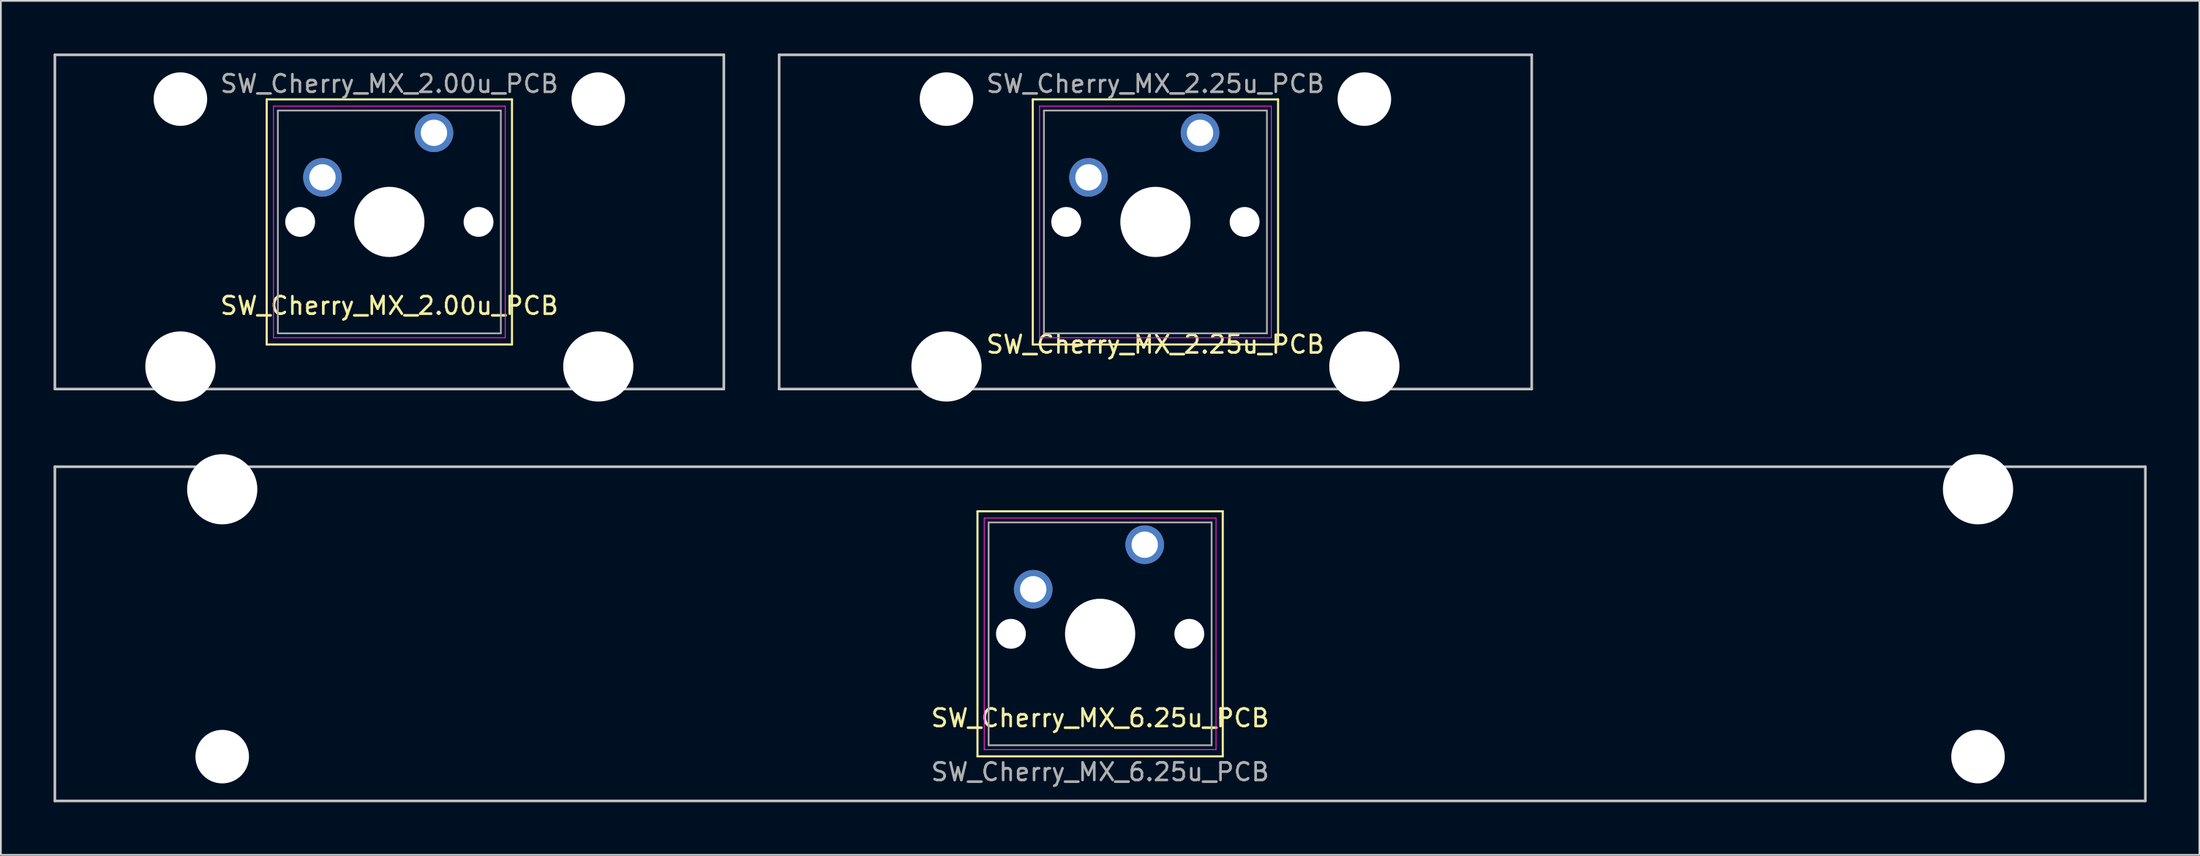
<source format=kicad_pcb>
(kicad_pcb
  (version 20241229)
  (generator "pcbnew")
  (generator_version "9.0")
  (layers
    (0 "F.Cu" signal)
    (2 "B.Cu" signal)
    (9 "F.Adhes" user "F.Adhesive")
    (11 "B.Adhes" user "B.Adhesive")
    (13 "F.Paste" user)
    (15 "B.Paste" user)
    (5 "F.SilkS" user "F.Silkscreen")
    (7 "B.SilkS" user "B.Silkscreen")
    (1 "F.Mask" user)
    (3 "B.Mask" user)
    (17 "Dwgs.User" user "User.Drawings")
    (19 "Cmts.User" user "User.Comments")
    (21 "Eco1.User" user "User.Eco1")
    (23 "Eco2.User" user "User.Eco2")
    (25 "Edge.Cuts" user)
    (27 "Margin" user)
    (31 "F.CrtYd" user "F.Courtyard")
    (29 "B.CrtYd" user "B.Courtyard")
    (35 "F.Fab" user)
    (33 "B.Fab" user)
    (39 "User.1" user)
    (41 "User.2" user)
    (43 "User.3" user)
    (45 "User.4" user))
  (footprint "SW_Cherry_MX_2.00u_PCB"
    (layer "F.Cu")
    (at 21.665 4.52)
    (property "Reference" "SW_Cherry_MX_2.00u_PCB" (at -2.54 9.855 0) (layer "F.SilkS") (effects (font (size 1 1) (thickness 0.15))))
    (attr through_hole)
    (fp_line (start -9.525 -1.905) (end 4.445 -1.905) (stroke (width 0.12) (type solid)) (layer "F.SilkS"))
    (fp_line (start -9.525 12.065) (end -9.525 -1.905) (stroke (width 0.12) (type solid)) (layer "F.SilkS"))
    (fp_line (start 4.445 -1.905) (end 4.445 12.065) (stroke (width 0.12) (type solid)) (layer "F.SilkS"))
    (fp_line (start 4.445 12.065) (end -9.525 12.065) (stroke (width 0.12) (type solid)) (layer "F.SilkS"))
    (fp_line (start -21.59 -4.445) (end 16.51 -4.445) (stroke (width 0.15) (type solid)) (layer "Dwgs.User"))
    (fp_line (start -21.59 14.605) (end -21.59 -4.445) (stroke (width 0.15) (type solid)) (layer "Dwgs.User"))
    (fp_line (start 16.51 -4.445) (end 16.51 14.605) (stroke (width 0.15) (type solid)) (layer "Dwgs.User"))
    (fp_line (start 16.51 14.605) (end -21.59 14.605) (stroke (width 0.15) (type solid)) (layer "Dwgs.User"))
    (fp_line (start -9.14 -1.52) (end 4.06 -1.52) (stroke (width 0.05) (type solid)) (layer "F.CrtYd"))
    (fp_line (start -9.14 11.68) (end -9.14 -1.52) (stroke (width 0.05) (type solid)) (layer "F.CrtYd"))
    (fp_line (start 4.06 -1.52) (end 4.06 11.68) (stroke (width 0.05) (type solid)) (layer "F.CrtYd"))
    (fp_line (start 4.06 11.68) (end -9.14 11.68) (stroke (width 0.05) (type solid)) (layer "F.CrtYd"))
    (fp_line (start -8.89 -1.27) (end 3.81 -1.27) (stroke (width 0.1) (type solid)) (layer "F.Fab"))
    (fp_line (start -8.89 11.43) (end -8.89 -1.27) (stroke (width 0.1) (type solid)) (layer "F.Fab"))
    (fp_line (start 3.81 -1.27) (end 3.81 11.43) (stroke (width 0.1) (type solid)) (layer "F.Fab"))
    (fp_line (start 3.81 11.43) (end -8.89 11.43) (stroke (width 0.1) (type solid)) (layer "F.Fab"))
    (fp_text user "${REFERENCE}" (at -2.54 -2.794 0) (layer "F.Fab") (effects (font (size 1 1) (thickness 0.15))))
    (pad "" np_thru_hole circle (at -14.44 -1.92) (size 3.05 3.05) (drill 3.05) (layers "*.Cu" "*.Mask"))
    (pad "" np_thru_hole circle (at -14.44 13.32) (size 4 4) (drill 4) (layers "*.Cu" "*.Mask"))
    (pad "" np_thru_hole circle (at -7.62 5.08) (size 1.7 1.7) (drill 1.7) (layers "*.Cu" "*.Mask"))
    (pad "" np_thru_hole circle (at -2.54 5.08) (size 4 4) (drill 4) (layers "*.Cu" "*.Mask"))
    (pad "" np_thru_hole circle (at 2.54 5.08) (size 1.7 1.7) (drill 1.7) (layers "*.Cu" "*.Mask"))
    (pad "" np_thru_hole circle (at 9.36 -1.92) (size 3.05 3.05) (drill 3.05) (layers "*.Cu" "*.Mask"))
    (pad "" np_thru_hole circle (at 9.36 13.32) (size 4 4) (drill 4) (layers "*.Cu" "*.Mask"))
    (pad "1" thru_hole circle (at 0 0) (size 2.2 2.2) (drill 1.5) (layers "*.Cu" "*.Mask"))
    (pad "2" thru_hole circle (at -6.35 2.54) (size 2.2 2.2) (drill 1.5) (layers "*.Cu" "*.Mask")))
  (footprint "SW_Cherry_MX_2.25u_PCB"
    (layer "F.Cu")
    (at 65.296 4.52)
    (property "Reference" "SW_Cherry_MX_2.25u_PCB" (at -2.54 12.065 0) (layer "F.SilkS") (effects (font (size 1 1) (thickness 0.15))))
    (attr through_hole)
    (fp_line (start -9.525 -1.905) (end 4.445 -1.905) (stroke (width 0.12) (type solid)) (layer "F.SilkS"))
    (fp_line (start -9.525 12.065) (end -9.525 -1.905) (stroke (width 0.12) (type solid)) (layer "F.SilkS"))
    (fp_line (start 4.445 -1.905) (end 4.445 12.065) (stroke (width 0.12) (type solid)) (layer "F.SilkS"))
    (fp_line (start 4.445 12.065) (end -9.525 12.065) (stroke (width 0.12) (type solid)) (layer "F.SilkS"))
    (fp_line (start -23.971 -4.445) (end 18.891 -4.445) (stroke (width 0.15) (type solid)) (layer "Dwgs.User"))
    (fp_line (start -23.971 14.605) (end -23.971 -4.445) (stroke (width 0.15) (type solid)) (layer "Dwgs.User"))
    (fp_line (start 18.891 -4.445) (end 18.891 14.605) (stroke (width 0.15) (type solid)) (layer "Dwgs.User"))
    (fp_line (start 18.891 14.605) (end -23.971 14.605) (stroke (width 0.15) (type solid)) (layer "Dwgs.User"))
    (fp_line (start -9.14 -1.52) (end 4.06 -1.52) (stroke (width 0.05) (type solid)) (layer "F.CrtYd"))
    (fp_line (start -9.14 11.68) (end -9.14 -1.52) (stroke (width 0.05) (type solid)) (layer "F.CrtYd"))
    (fp_line (start 4.06 -1.52) (end 4.06 11.68) (stroke (width 0.05) (type solid)) (layer "F.CrtYd"))
    (fp_line (start 4.06 11.68) (end -9.14 11.68) (stroke (width 0.05) (type solid)) (layer "F.CrtYd"))
    (fp_line (start -8.89 -1.27) (end 3.81 -1.27) (stroke (width 0.1) (type solid)) (layer "F.Fab"))
    (fp_line (start -8.89 11.43) (end -8.89 -1.27) (stroke (width 0.1) (type solid)) (layer "F.Fab"))
    (fp_line (start 3.81 -1.27) (end 3.81 11.43) (stroke (width 0.1) (type solid)) (layer "F.Fab"))
    (fp_line (start 3.81 11.43) (end -8.89 11.43) (stroke (width 0.1) (type solid)) (layer "F.Fab"))
    (fp_text user "${REFERENCE}" (at -2.54 -2.794 0) (layer "F.Fab") (effects (font (size 1 1) (thickness 0.15))))
    (pad "" np_thru_hole circle (at -14.44 -1.92) (size 3.05 3.05) (drill 3.05) (layers "*.Cu" "*.Mask"))
    (pad "" np_thru_hole circle (at -14.44 13.32) (size 4 4) (drill 4) (layers "*.Cu" "*.Mask"))
    (pad "" np_thru_hole circle (at -7.62 5.08) (size 1.7 1.7) (drill 1.7) (layers "*.Cu" "*.Mask"))
    (pad "" np_thru_hole circle (at -2.54 5.08) (size 4 4) (drill 4) (layers "*.Cu" "*.Mask"))
    (pad "" np_thru_hole circle (at 2.54 5.08) (size 1.7 1.7) (drill 1.7) (layers "*.Cu" "*.Mask"))
    (pad "" np_thru_hole circle (at 9.36 -1.92) (size 3.05 3.05) (drill 3.05) (layers "*.Cu" "*.Mask"))
    (pad "" np_thru_hole circle (at 9.36 13.32) (size 4 4) (drill 4) (layers "*.Cu" "*.Mask"))
    (pad "1" thru_hole circle (at 0 0) (size 2.2 2.2) (drill 1.5) (layers "*.Cu" "*.Mask"))
    (pad "2" thru_hole circle (at -6.35 2.54) (size 2.2 2.2) (drill 1.5) (layers "*.Cu" "*.Mask")))
  (footprint "SW_Cherry_MX_6.25u_PCB"
    (layer "F.Cu")
    (at 59.606 32.572)
    (property "Reference" "SW_Cherry_MX_6.25u_PCB" (at 0 5.308 180) (layer "F.SilkS") (effects (font (size 1 1) (thickness 0.15))))
    (attr through_hole)
    (fp_line (start -6.985 -6.477) (end 6.985 -6.477) (stroke (width 0.12) (type solid)) (layer "F.SilkS"))
    (fp_line (start -6.985 7.493) (end -6.985 -6.477) (stroke (width 0.12) (type solid)) (layer "F.SilkS"))
    (fp_line (start 6.985 -6.477) (end 6.985 7.493) (stroke (width 0.12) (type solid)) (layer "F.SilkS"))
    (fp_line (start 6.985 7.493) (end -6.985 7.493) (stroke (width 0.12) (type solid)) (layer "F.SilkS"))
    (fp_line (start -59.531 -9.017) (end 59.531 -9.017) (stroke (width 0.15) (type solid)) (layer "Dwgs.User"))
    (fp_line (start -59.531 10.033) (end -59.531 -9.017) (stroke (width 0.15) (type solid)) (layer "Dwgs.User"))
    (fp_line (start 59.531 -9.017) (end 59.531 10.033) (stroke (width 0.15) (type solid)) (layer "Dwgs.User"))
    (fp_line (start 59.531 10.033) (end -59.531 10.033) (stroke (width 0.15) (type solid)) (layer "Dwgs.User"))
    (fp_line (start -6.6 -6.092) (end 6.6 -6.092) (stroke (width 0.05) (type solid)) (layer "F.CrtYd"))
    (fp_line (start -6.6 7.108) (end -6.6 -6.092) (stroke (width 0.05) (type solid)) (layer "F.CrtYd"))
    (fp_line (start 6.6 -6.092) (end 6.6 7.108) (stroke (width 0.05) (type solid)) (layer "F.CrtYd"))
    (fp_line (start 6.6 7.108) (end -6.6 7.108) (stroke (width 0.05) (type solid)) (layer "F.CrtYd"))
    (fp_line (start -6.35 -5.842) (end 6.35 -5.842) (stroke (width 0.1) (type solid)) (layer "F.Fab"))
    (fp_line (start -6.35 6.858) (end -6.35 -5.842) (stroke (width 0.1) (type solid)) (layer "F.Fab"))
    (fp_line (start 6.35 -5.842) (end 6.35 6.858) (stroke (width 0.1) (type solid)) (layer "F.Fab"))
    (fp_line (start 6.35 6.858) (end -6.35 6.858) (stroke (width 0.1) (type solid)) (layer "F.Fab"))
    (fp_text user "${REFERENCE}" (at 0 8.382 180) (layer "F.Fab") (effects (font (size 1 1) (thickness 0.15))))
    (pad "" np_thru_hole circle (at -50 -7.732 180) (size 4 4) (drill 4) (layers "*.Cu" "*.Mask"))
    (pad "" np_thru_hole circle (at -50 7.508 180) (size 3.05 3.05) (drill 3.05) (layers "*.Cu" "*.Mask"))
    (pad "" np_thru_hole circle (at -5.08 0.508) (size 1.7 1.7) (drill 1.7) (layers "*.Cu" "*.Mask"))
    (pad "" np_thru_hole circle (at 0 0.508) (size 4 4) (drill 4) (layers "*.Cu" "*.Mask"))
    (pad "" np_thru_hole circle (at 5.08 0.508) (size 1.7 1.7) (drill 1.7) (layers "*.Cu" "*.Mask"))
    (pad "" np_thru_hole circle (at 50 -7.732 180) (size 4 4) (drill 4) (layers "*.Cu" "*.Mask"))
    (pad "" np_thru_hole circle (at 50 7.508 180) (size 3.05 3.05) (drill 3.05) (layers "*.Cu" "*.Mask"))
    (pad "1" thru_hole circle (at 2.54 -4.572) (size 2.2 2.2) (drill 1.5) (layers "*.Cu" "*.Mask"))
    (pad "2" thru_hole circle (at -3.81 -2.032) (size 2.2 2.2) (drill 1.5) (layers "*.Cu" "*.Mask")))
  (gr_rect
    (start -3 -3)
    (end 122.213 45.68)
    (stroke (width 0.1) (type default))
    (fill no)
    (layer "Edge.Cuts")))
</source>
